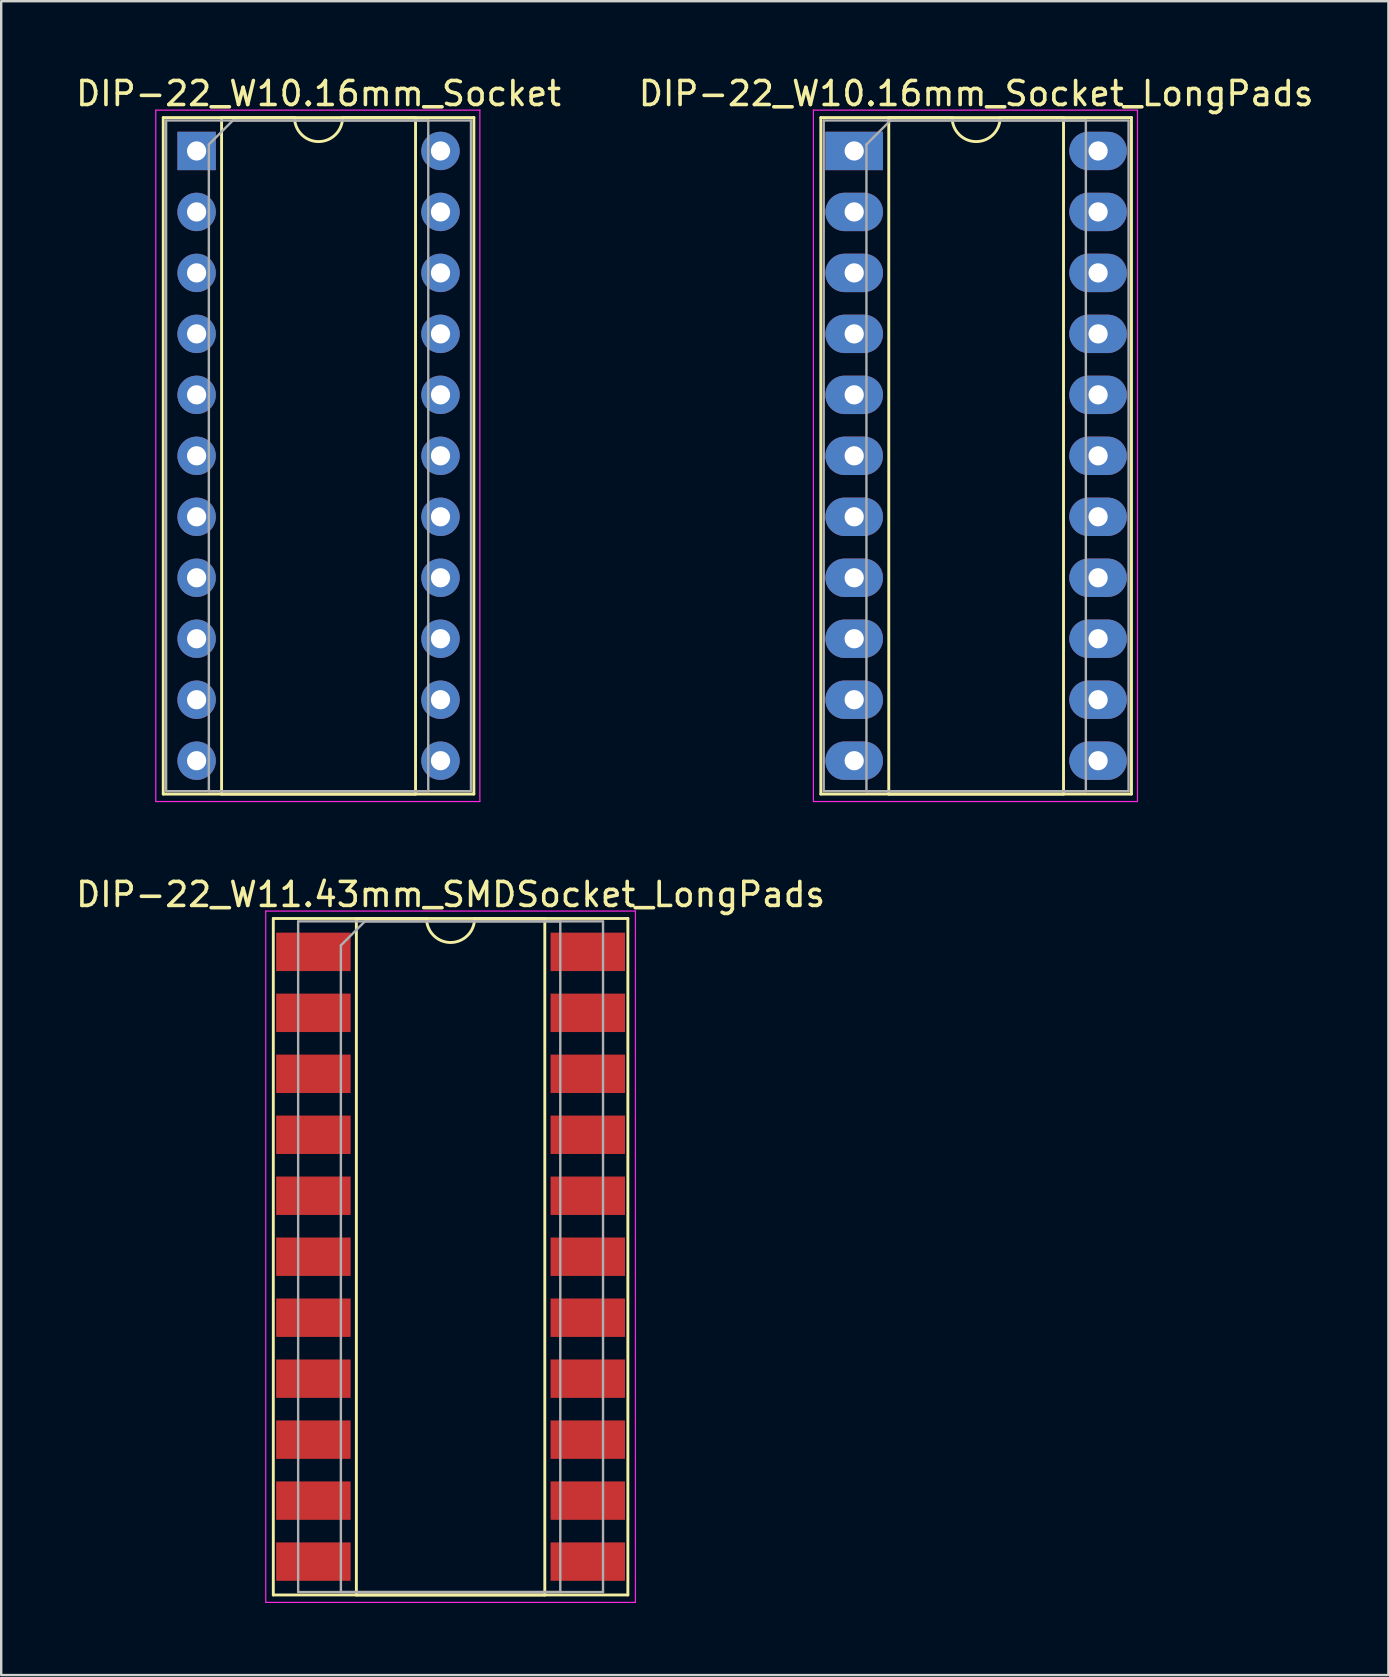
<source format=kicad_pcb>
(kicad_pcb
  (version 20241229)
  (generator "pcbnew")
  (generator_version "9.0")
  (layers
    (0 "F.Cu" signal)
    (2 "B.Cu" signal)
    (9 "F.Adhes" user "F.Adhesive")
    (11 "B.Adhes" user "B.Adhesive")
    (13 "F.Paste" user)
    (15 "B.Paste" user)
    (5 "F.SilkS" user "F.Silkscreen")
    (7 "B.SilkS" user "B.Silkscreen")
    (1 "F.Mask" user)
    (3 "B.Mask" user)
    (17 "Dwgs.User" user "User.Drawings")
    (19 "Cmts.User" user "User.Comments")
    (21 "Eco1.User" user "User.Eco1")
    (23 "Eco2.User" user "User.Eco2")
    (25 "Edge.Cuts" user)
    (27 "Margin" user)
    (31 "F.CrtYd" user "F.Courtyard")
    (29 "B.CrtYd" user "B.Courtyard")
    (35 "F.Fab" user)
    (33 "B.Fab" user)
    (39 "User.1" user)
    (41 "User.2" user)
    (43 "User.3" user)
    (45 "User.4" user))
  (footprint "DIP-22_W11.43mm_SMDSocket_LongPads"
    (layer "F.Cu")
    (at 15.72 49.301)
    (property "Reference" "DIP-22_W11.43mm_SMDSocket_LongPads" (at 0 -15.09 0) (layer "F.SilkS") (effects (font (size 1 1) (thickness 0.15))))
    (attr smd)
    (fp_line (start -7.385 -14.09) (end -7.385 14.09) (stroke (width 0.12) (type solid)) (layer "F.SilkS"))
    (fp_line (start -7.385 14.09) (end 7.385 14.09) (stroke (width 0.12) (type solid)) (layer "F.SilkS"))
    (fp_line (start -3.925 -14.09) (end -3.925 14.09) (stroke (width 0.12) (type solid)) (layer "F.SilkS"))
    (fp_line (start -3.925 14.09) (end 3.925 14.09) (stroke (width 0.12) (type solid)) (layer "F.SilkS"))
    (fp_line (start -1 -14.09) (end -3.925 -14.09) (stroke (width 0.12) (type solid)) (layer "F.SilkS"))
    (fp_line (start 3.925 -14.09) (end 1 -14.09) (stroke (width 0.12) (type solid)) (layer "F.SilkS"))
    (fp_line (start 3.925 14.09) (end 3.925 -14.09) (stroke (width 0.12) (type solid)) (layer "F.SilkS"))
    (fp_line (start 7.385 -14.09) (end -7.385 -14.09) (stroke (width 0.12) (type solid)) (layer "F.SilkS"))
    (fp_line (start 7.385 14.09) (end 7.385 -14.09) (stroke (width 0.12) (type solid)) (layer "F.SilkS"))
    (fp_arc (start 1 -14.09) (mid 0 -13.09) (end -1 -14.09) (stroke (width 0.12) (type solid)) (layer "F.SilkS"))
    (fp_line (start -7.7 -14.4) (end -7.7 14.4) (stroke (width 0.05) (type solid)) (layer "F.CrtYd"))
    (fp_line (start -7.7 14.4) (end 7.7 14.4) (stroke (width 0.05) (type solid)) (layer "F.CrtYd"))
    (fp_line (start 7.7 -14.4) (end -7.7 -14.4) (stroke (width 0.05) (type solid)) (layer "F.CrtYd"))
    (fp_line (start 7.7 14.4) (end 7.7 -14.4) (stroke (width 0.05) (type solid)) (layer "F.CrtYd"))
    (fp_line (start -6.35 -13.97) (end -6.35 13.97) (stroke (width 0.1) (type solid)) (layer "F.Fab"))
    (fp_line (start -6.35 13.97) (end 6.35 13.97) (stroke (width 0.1) (type solid)) (layer "F.Fab"))
    (fp_line (start -4.57 -12.97) (end -3.57 -13.97) (stroke (width 0.1) (type solid)) (layer "F.Fab"))
    (fp_line (start -4.57 13.97) (end -4.57 -12.97) (stroke (width 0.1) (type solid)) (layer "F.Fab"))
    (fp_line (start -3.57 -13.97) (end 4.57 -13.97) (stroke (width 0.1) (type solid)) (layer "F.Fab"))
    (fp_line (start 4.57 -13.97) (end 4.57 13.97) (stroke (width 0.1) (type solid)) (layer "F.Fab"))
    (fp_line (start 4.57 13.97) (end -4.57 13.97) (stroke (width 0.1) (type solid)) (layer "F.Fab"))
    (fp_line (start 6.35 -13.97) (end -6.35 -13.97) (stroke (width 0.1) (type solid)) (layer "F.Fab"))
    (fp_line (start 6.35 13.97) (end 6.35 -13.97) (stroke (width 0.1) (type solid)) (layer "F.Fab"))
    (pad "1" smd rect (at -5.715 -12.7) (size 3.1 1.6) (layers "F.Cu" "F.Mask"))
    (pad "2" smd rect (at -5.715 -10.16) (size 3.1 1.6) (layers "F.Cu" "F.Mask"))
    (pad "3" smd rect (at -5.715 -7.62) (size 3.1 1.6) (layers "F.Cu" "F.Mask"))
    (pad "4" smd rect (at -5.715 -5.08) (size 3.1 1.6) (layers "F.Cu" "F.Mask"))
    (pad "5" smd rect (at -5.715 -2.54) (size 3.1 1.6) (layers "F.Cu" "F.Mask"))
    (pad "6" smd rect (at -5.715 0) (size 3.1 1.6) (layers "F.Cu" "F.Mask"))
    (pad "7" smd rect (at -5.715 2.54) (size 3.1 1.6) (layers "F.Cu" "F.Mask"))
    (pad "8" smd rect (at -5.715 5.08) (size 3.1 1.6) (layers "F.Cu" "F.Mask"))
    (pad "9" smd rect (at -5.715 7.62) (size 3.1 1.6) (layers "F.Cu" "F.Mask"))
    (pad "10" smd rect (at -5.715 10.16) (size 3.1 1.6) (layers "F.Cu" "F.Mask"))
    (pad "11" smd rect (at -5.715 12.7) (size 3.1 1.6) (layers "F.Cu" "F.Mask"))
    (pad "12" smd rect (at 5.715 12.7) (size 3.1 1.6) (layers "F.Cu" "F.Mask"))
    (pad "13" smd rect (at 5.715 10.16) (size 3.1 1.6) (layers "F.Cu" "F.Mask"))
    (pad "14" smd rect (at 5.715 7.62) (size 3.1 1.6) (layers "F.Cu" "F.Mask"))
    (pad "15" smd rect (at 5.715 5.08) (size 3.1 1.6) (layers "F.Cu" "F.Mask"))
    (pad "16" smd rect (at 5.715 2.54) (size 3.1 1.6) (layers "F.Cu" "F.Mask"))
    (pad "17" smd rect (at 5.715 0) (size 3.1 1.6) (layers "F.Cu" "F.Mask"))
    (pad "18" smd rect (at 5.715 -2.54) (size 3.1 1.6) (layers "F.Cu" "F.Mask"))
    (pad "19" smd rect (at 5.715 -5.08) (size 3.1 1.6) (layers "F.Cu" "F.Mask"))
    (pad "20" smd rect (at 5.715 -7.62) (size 3.1 1.6) (layers "F.Cu" "F.Mask"))
    (pad "21" smd rect (at 5.715 -10.16) (size 3.1 1.6) (layers "F.Cu" "F.Mask"))
    (pad "22" smd rect (at 5.715 -12.7) (size 3.1 1.6) (layers "F.Cu" "F.Mask")))
  (footprint "DIP-22_W10.16mm_Socket_LongPads"
    (layer "F.Cu")
    (at 32.533 3.238)
    (property "Reference" "DIP-22_W10.16mm_Socket_LongPads" (at 5.08 -2.39 0) (layer "F.SilkS") (effects (font (size 1 1) (thickness 0.15))))
    (attr through_hole)
    (fp_line (start -1.39 -1.39) (end -1.39 26.79) (stroke (width 0.12) (type solid)) (layer "F.SilkS"))
    (fp_line (start -1.39 26.79) (end 11.55 26.79) (stroke (width 0.12) (type solid)) (layer "F.SilkS"))
    (fp_line (start 1.44 -1.39) (end 1.44 26.79) (stroke (width 0.12) (type solid)) (layer "F.SilkS"))
    (fp_line (start 1.44 26.79) (end 8.72 26.79) (stroke (width 0.12) (type solid)) (layer "F.SilkS"))
    (fp_line (start 4.08 -1.39) (end 1.44 -1.39) (stroke (width 0.12) (type solid)) (layer "F.SilkS"))
    (fp_line (start 8.72 -1.39) (end 6.08 -1.39) (stroke (width 0.12) (type solid)) (layer "F.SilkS"))
    (fp_line (start 8.72 26.79) (end 8.72 -1.39) (stroke (width 0.12) (type solid)) (layer "F.SilkS"))
    (fp_line (start 11.55 -1.39) (end -1.39 -1.39) (stroke (width 0.12) (type solid)) (layer "F.SilkS"))
    (fp_line (start 11.55 26.79) (end 11.55 -1.39) (stroke (width 0.12) (type solid)) (layer "F.SilkS"))
    (fp_arc (start 6.08 -1.39) (mid 5.08 -0.39) (end 4.08 -1.39) (stroke (width 0.12) (type solid)) (layer "F.SilkS"))
    (fp_line (start -1.7 -1.7) (end -1.7 27.1) (stroke (width 0.05) (type solid)) (layer "F.CrtYd"))
    (fp_line (start -1.7 27.1) (end 11.8 27.1) (stroke (width 0.05) (type solid)) (layer "F.CrtYd"))
    (fp_line (start 11.8 -1.7) (end -1.7 -1.7) (stroke (width 0.05) (type solid)) (layer "F.CrtYd"))
    (fp_line (start 11.8 27.1) (end 11.8 -1.7) (stroke (width 0.05) (type solid)) (layer "F.CrtYd"))
    (fp_line (start -1.27 -1.27) (end -1.27 26.67) (stroke (width 0.1) (type solid)) (layer "F.Fab"))
    (fp_line (start -1.27 26.67) (end 11.43 26.67) (stroke (width 0.1) (type solid)) (layer "F.Fab"))
    (fp_line (start 0.51 -0.27) (end 1.51 -1.27) (stroke (width 0.1) (type solid)) (layer "F.Fab"))
    (fp_line (start 0.51 26.67) (end 0.51 -0.27) (stroke (width 0.1) (type solid)) (layer "F.Fab"))
    (fp_line (start 1.51 -1.27) (end 9.65 -1.27) (stroke (width 0.1) (type solid)) (layer "F.Fab"))
    (fp_line (start 9.65 -1.27) (end 9.65 26.67) (stroke (width 0.1) (type solid)) (layer "F.Fab"))
    (fp_line (start 9.65 26.67) (end 0.51 26.67) (stroke (width 0.1) (type solid)) (layer "F.Fab"))
    (fp_line (start 11.43 -1.27) (end -1.27 -1.27) (stroke (width 0.1) (type solid)) (layer "F.Fab"))
    (fp_line (start 11.43 26.67) (end 11.43 -1.27) (stroke (width 0.1) (type solid)) (layer "F.Fab"))
    (pad "1" thru_hole rect (at 0 0) (size 2.4 1.6) (drill 0.8) (layers "*.Cu" "*.Mask"))
    (pad "2" thru_hole oval (at 0 2.54) (size 2.4 1.6) (drill 0.8) (layers "*.Cu" "*.Mask"))
    (pad "3" thru_hole oval (at 0 5.08) (size 2.4 1.6) (drill 0.8) (layers "*.Cu" "*.Mask"))
    (pad "4" thru_hole oval (at 0 7.62) (size 2.4 1.6) (drill 0.8) (layers "*.Cu" "*.Mask"))
    (pad "5" thru_hole oval (at 0 10.16) (size 2.4 1.6) (drill 0.8) (layers "*.Cu" "*.Mask"))
    (pad "6" thru_hole oval (at 0 12.7) (size 2.4 1.6) (drill 0.8) (layers "*.Cu" "*.Mask"))
    (pad "7" thru_hole oval (at 0 15.24) (size 2.4 1.6) (drill 0.8) (layers "*.Cu" "*.Mask"))
    (pad "8" thru_hole oval (at 0 17.78) (size 2.4 1.6) (drill 0.8) (layers "*.Cu" "*.Mask"))
    (pad "9" thru_hole oval (at 0 20.32) (size 2.4 1.6) (drill 0.8) (layers "*.Cu" "*.Mask"))
    (pad "10" thru_hole oval (at 0 22.86) (size 2.4 1.6) (drill 0.8) (layers "*.Cu" "*.Mask"))
    (pad "11" thru_hole oval (at 0 25.4) (size 2.4 1.6) (drill 0.8) (layers "*.Cu" "*.Mask"))
    (pad "12" thru_hole oval (at 10.16 25.4) (size 2.4 1.6) (drill 0.8) (layers "*.Cu" "*.Mask"))
    (pad "13" thru_hole oval (at 10.16 22.86) (size 2.4 1.6) (drill 0.8) (layers "*.Cu" "*.Mask"))
    (pad "14" thru_hole oval (at 10.16 20.32) (size 2.4 1.6) (drill 0.8) (layers "*.Cu" "*.Mask"))
    (pad "15" thru_hole oval (at 10.16 17.78) (size 2.4 1.6) (drill 0.8) (layers "*.Cu" "*.Mask"))
    (pad "16" thru_hole oval (at 10.16 15.24) (size 2.4 1.6) (drill 0.8) (layers "*.Cu" "*.Mask"))
    (pad "17" thru_hole oval (at 10.16 12.7) (size 2.4 1.6) (drill 0.8) (layers "*.Cu" "*.Mask"))
    (pad "18" thru_hole oval (at 10.16 10.16) (size 2.4 1.6) (drill 0.8) (layers "*.Cu" "*.Mask"))
    (pad "19" thru_hole oval (at 10.16 7.62) (size 2.4 1.6) (drill 0.8) (layers "*.Cu" "*.Mask"))
    (pad "20" thru_hole oval (at 10.16 5.08) (size 2.4 1.6) (drill 0.8) (layers "*.Cu" "*.Mask"))
    (pad "21" thru_hole oval (at 10.16 2.54) (size 2.4 1.6) (drill 0.8) (layers "*.Cu" "*.Mask"))
    (pad "22" thru_hole oval (at 10.16 0) (size 2.4 1.6) (drill 0.8) (layers "*.Cu" "*.Mask")))
  (footprint "DIP-22_W10.16mm_Socket"
    (layer "F.Cu")
    (at 5.14 3.238)
    (property "Reference" "DIP-22_W10.16mm_Socket" (at 5.08 -2.39 0) (layer "F.SilkS") (effects (font (size 1 1) (thickness 0.15))))
    (attr through_hole)
    (fp_line (start -1.39 -1.39) (end -1.39 26.79) (stroke (width 0.12) (type solid)) (layer "F.SilkS"))
    (fp_line (start -1.39 26.79) (end 11.55 26.79) (stroke (width 0.12) (type solid)) (layer "F.SilkS"))
    (fp_line (start 1.04 -1.39) (end 1.04 26.79) (stroke (width 0.12) (type solid)) (layer "F.SilkS"))
    (fp_line (start 1.04 26.79) (end 9.12 26.79) (stroke (width 0.12) (type solid)) (layer "F.SilkS"))
    (fp_line (start 4.08 -1.39) (end 1.04 -1.39) (stroke (width 0.12) (type solid)) (layer "F.SilkS"))
    (fp_line (start 9.12 -1.39) (end 6.08 -1.39) (stroke (width 0.12) (type solid)) (layer "F.SilkS"))
    (fp_line (start 9.12 26.79) (end 9.12 -1.39) (stroke (width 0.12) (type solid)) (layer "F.SilkS"))
    (fp_line (start 11.55 -1.39) (end -1.39 -1.39) (stroke (width 0.12) (type solid)) (layer "F.SilkS"))
    (fp_line (start 11.55 26.79) (end 11.55 -1.39) (stroke (width 0.12) (type solid)) (layer "F.SilkS"))
    (fp_arc (start 6.08 -1.39) (mid 5.08 -0.39) (end 4.08 -1.39) (stroke (width 0.12) (type solid)) (layer "F.SilkS"))
    (fp_line (start -1.7 -1.7) (end -1.7 27.1) (stroke (width 0.05) (type solid)) (layer "F.CrtYd"))
    (fp_line (start -1.7 27.1) (end 11.8 27.1) (stroke (width 0.05) (type solid)) (layer "F.CrtYd"))
    (fp_line (start 11.8 -1.7) (end -1.7 -1.7) (stroke (width 0.05) (type solid)) (layer "F.CrtYd"))
    (fp_line (start 11.8 27.1) (end 11.8 -1.7) (stroke (width 0.05) (type solid)) (layer "F.CrtYd"))
    (fp_line (start -1.27 -1.27) (end -1.27 26.67) (stroke (width 0.1) (type solid)) (layer "F.Fab"))
    (fp_line (start -1.27 26.67) (end 11.43 26.67) (stroke (width 0.1) (type solid)) (layer "F.Fab"))
    (fp_line (start 0.51 -0.27) (end 1.51 -1.27) (stroke (width 0.1) (type solid)) (layer "F.Fab"))
    (fp_line (start 0.51 26.67) (end 0.51 -0.27) (stroke (width 0.1) (type solid)) (layer "F.Fab"))
    (fp_line (start 1.51 -1.27) (end 9.65 -1.27) (stroke (width 0.1) (type solid)) (layer "F.Fab"))
    (fp_line (start 9.65 -1.27) (end 9.65 26.67) (stroke (width 0.1) (type solid)) (layer "F.Fab"))
    (fp_line (start 9.65 26.67) (end 0.51 26.67) (stroke (width 0.1) (type solid)) (layer "F.Fab"))
    (fp_line (start 11.43 -1.27) (end -1.27 -1.27) (stroke (width 0.1) (type solid)) (layer "F.Fab"))
    (fp_line (start 11.43 26.67) (end 11.43 -1.27) (stroke (width 0.1) (type solid)) (layer "F.Fab"))
    (pad "1" thru_hole rect (at 0 0) (size 1.6 1.6) (drill 0.8) (layers "*.Cu" "*.Mask"))
    (pad "2" thru_hole oval (at 0 2.54) (size 1.6 1.6) (drill 0.8) (layers "*.Cu" "*.Mask"))
    (pad "3" thru_hole oval (at 0 5.08) (size 1.6 1.6) (drill 0.8) (layers "*.Cu" "*.Mask"))
    (pad "4" thru_hole oval (at 0 7.62) (size 1.6 1.6) (drill 0.8) (layers "*.Cu" "*.Mask"))
    (pad "5" thru_hole oval (at 0 10.16) (size 1.6 1.6) (drill 0.8) (layers "*.Cu" "*.Mask"))
    (pad "6" thru_hole oval (at 0 12.7) (size 1.6 1.6) (drill 0.8) (layers "*.Cu" "*.Mask"))
    (pad "7" thru_hole oval (at 0 15.24) (size 1.6 1.6) (drill 0.8) (layers "*.Cu" "*.Mask"))
    (pad "8" thru_hole oval (at 0 17.78) (size 1.6 1.6) (drill 0.8) (layers "*.Cu" "*.Mask"))
    (pad "9" thru_hole oval (at 0 20.32) (size 1.6 1.6) (drill 0.8) (layers "*.Cu" "*.Mask"))
    (pad "10" thru_hole oval (at 0 22.86) (size 1.6 1.6) (drill 0.8) (layers "*.Cu" "*.Mask"))
    (pad "11" thru_hole oval (at 0 25.4) (size 1.6 1.6) (drill 0.8) (layers "*.Cu" "*.Mask"))
    (pad "12" thru_hole oval (at 10.16 25.4) (size 1.6 1.6) (drill 0.8) (layers "*.Cu" "*.Mask"))
    (pad "13" thru_hole oval (at 10.16 22.86) (size 1.6 1.6) (drill 0.8) (layers "*.Cu" "*.Mask"))
    (pad "14" thru_hole oval (at 10.16 20.32) (size 1.6 1.6) (drill 0.8) (layers "*.Cu" "*.Mask"))
    (pad "15" thru_hole oval (at 10.16 17.78) (size 1.6 1.6) (drill 0.8) (layers "*.Cu" "*.Mask"))
    (pad "16" thru_hole oval (at 10.16 15.24) (size 1.6 1.6) (drill 0.8) (layers "*.Cu" "*.Mask"))
    (pad "17" thru_hole oval (at 10.16 12.7) (size 1.6 1.6) (drill 0.8) (layers "*.Cu" "*.Mask"))
    (pad "18" thru_hole oval (at 10.16 10.16) (size 1.6 1.6) (drill 0.8) (layers "*.Cu" "*.Mask"))
    (pad "19" thru_hole oval (at 10.16 7.62) (size 1.6 1.6) (drill 0.8) (layers "*.Cu" "*.Mask"))
    (pad "20" thru_hole oval (at 10.16 5.08) (size 1.6 1.6) (drill 0.8) (layers "*.Cu" "*.Mask"))
    (pad "21" thru_hole oval (at 10.16 2.54) (size 1.6 1.6) (drill 0.8) (layers "*.Cu" "*.Mask"))
    (pad "22" thru_hole oval (at 10.16 0) (size 1.6 1.6) (drill 0.8) (layers "*.Cu" "*.Mask")))
  (gr_rect
    (start -3 -3)
    (end 54.786 66.727)
    (stroke (width 0.1) (type default))
    (fill no)
    (layer "Edge.Cuts")))
</source>
